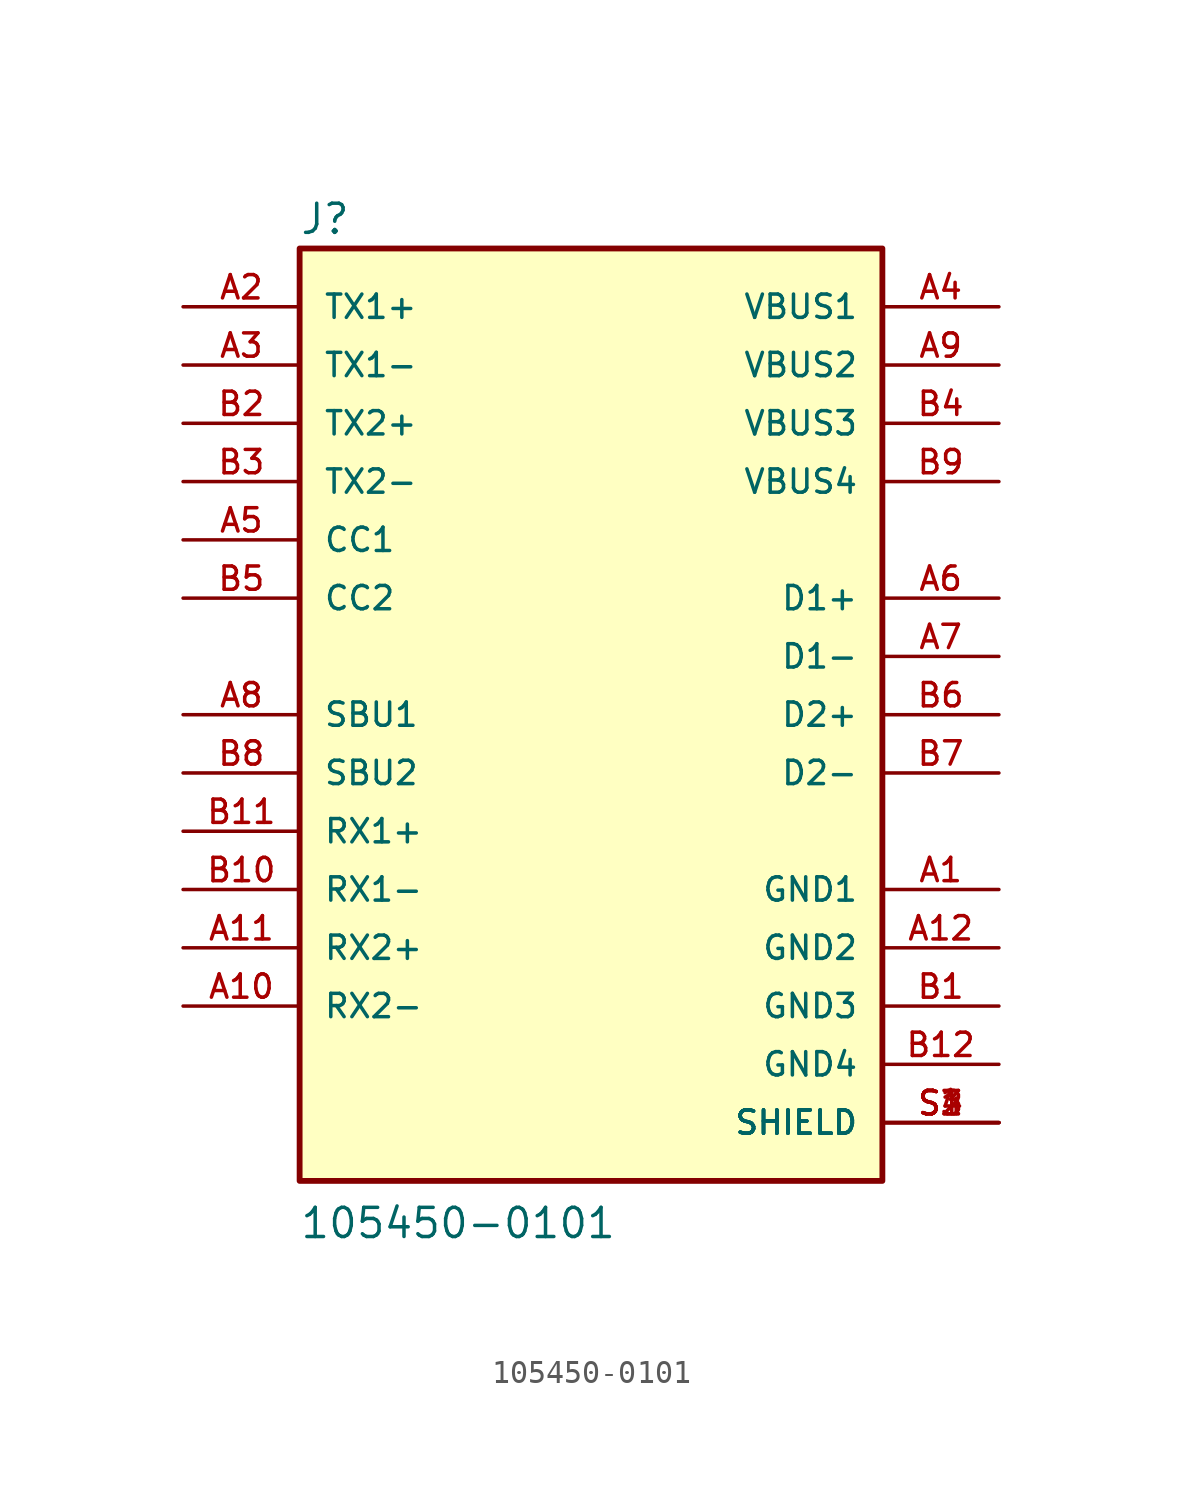
<source format=kicad_sym>
(kicad_symbol_lib
  (version 20211014)
  (generator kicad_symbol_editor)
  (symbol "105450-0101"
    (pin_names
      (offset 1.016))
    (property "Reference" "J"
      (at -12.721 20.86 0)
      (effects (font (size 1.27 1.27)) (justify bottom left)))
    (property "Value" "105450-0101"
      (at -12.726 -22.907 0)
      (effects (font (size 1.27 1.27)) (justify bottom left)))
    (symbol "105450-0101_0_0"
      (rectangle (start -12.7 -20.32) (end 12.7 20.32) (stroke (width 0.254)) (fill (type background)))
      (pin passive line (at 17.78 -7.62 180.0) (length 5.08) (name "GND1" (effects (font (size 1.016 1.016)))) (number "A1" (effects (font (size 1.016 1.016)))))
      (pin passive line (at -17.78 17.78 0) (length 5.08) (name "TX1+" (effects (font (size 1.016 1.016)))) (number "A2" (effects (font (size 1.016 1.016)))))
      (pin passive line (at -17.78 15.24 0) (length 5.08) (name "TX1-" (effects (font (size 1.016 1.016)))) (number "A3" (effects (font (size 1.016 1.016)))))
      (pin passive line (at 17.78 17.78 180.0) (length 5.08) (name "VBUS1" (effects (font (size 1.016 1.016)))) (number "A4" (effects (font (size 1.016 1.016)))))
      (pin passive line (at -17.78 7.62 0) (length 5.08) (name "CC1" (effects (font (size 1.016 1.016)))) (number "A5" (effects (font (size 1.016 1.016)))))
      (pin passive line (at 17.78 5.08 180.0) (length 5.08) (name "D1+" (effects (font (size 1.016 1.016)))) (number "A6" (effects (font (size 1.016 1.016)))))
      (pin passive line (at 17.78 2.54 180.0) (length 5.08) (name "D1-" (effects (font (size 1.016 1.016)))) (number "A7" (effects (font (size 1.016 1.016)))))
      (pin passive line (at -17.78 0.0 0) (length 5.08) (name "SBU1" (effects (font (size 1.016 1.016)))) (number "A8" (effects (font (size 1.016 1.016)))))
      (pin passive line (at -17.78 -12.7 0) (length 5.08) (name "RX2-" (effects (font (size 1.016 1.016)))) (number "A10" (effects (font (size 1.016 1.016)))))
      (pin passive line (at -17.78 -10.16 0) (length 5.08) (name "RX2+" (effects (font (size 1.016 1.016)))) (number "A11" (effects (font (size 1.016 1.016)))))
      (pin passive line (at 17.78 -10.16 180.0) (length 5.08) (name "GND2" (effects (font (size 1.016 1.016)))) (number "A12" (effects (font (size 1.016 1.016)))))
      (pin passive line (at 17.78 15.24 180.0) (length 5.08) (name "VBUS2" (effects (font (size 1.016 1.016)))) (number "A9" (effects (font (size 1.016 1.016)))))
      (pin passive line (at 17.78 -12.7 180.0) (length 5.08) (name "GND3" (effects (font (size 1.016 1.016)))) (number "B1" (effects (font (size 1.016 1.016)))))
      (pin passive line (at 17.78 -15.24 180.0) (length 5.08) (name "GND4" (effects (font (size 1.016 1.016)))) (number "B12" (effects (font (size 1.016 1.016)))))
      (pin passive line (at 17.78 12.7 180.0) (length 5.08) (name "VBUS3" (effects (font (size 1.016 1.016)))) (number "B4" (effects (font (size 1.016 1.016)))))
      (pin passive line (at 17.78 10.16 180.0) (length 5.08) (name "VBUS4" (effects (font (size 1.016 1.016)))) (number "B9" (effects (font (size 1.016 1.016)))))
      (pin passive line (at -17.78 -2.54 0) (length 5.08) (name "SBU2" (effects (font (size 1.016 1.016)))) (number "B8" (effects (font (size 1.016 1.016)))))
      (pin passive line (at -17.78 5.08 0) (length 5.08) (name "CC2" (effects (font (size 1.016 1.016)))) (number "B5" (effects (font (size 1.016 1.016)))))
      (pin passive line (at -17.78 12.7 0) (length 5.08) (name "TX2+" (effects (font (size 1.016 1.016)))) (number "B2" (effects (font (size 1.016 1.016)))))
      (pin passive line (at -17.78 10.16 0) (length 5.08) (name "TX2-" (effects (font (size 1.016 1.016)))) (number "B3" (effects (font (size 1.016 1.016)))))
      (pin passive line (at -17.78 -5.08 0) (length 5.08) (name "RX1+" (effects (font (size 1.016 1.016)))) (number "B11" (effects (font (size 1.016 1.016)))))
      (pin passive line (at -17.78 -7.62 0) (length 5.08) (name "RX1-" (effects (font (size 1.016 1.016)))) (number "B10" (effects (font (size 1.016 1.016)))))
      (pin passive line (at 17.78 0.0 180.0) (length 5.08) (name "D2+" (effects (font (size 1.016 1.016)))) (number "B6" (effects (font (size 1.016 1.016)))))
      (pin passive line (at 17.78 -2.54 180.0) (length 5.08) (name "D2-" (effects (font (size 1.016 1.016)))) (number "B7" (effects (font (size 1.016 1.016)))))
      (pin passive line (at 17.78 -17.78 180.0) (length 5.08) (name "SHIELD" (effects (font (size 1.016 1.016)))) (number "S1" (effects (font (size 1.016 1.016)))))
      (pin passive line (at 17.78 -17.78 180.0) (length 5.08) (name "SHIELD" (effects (font (size 1.016 1.016)))) (number "S2" (effects (font (size 1.016 1.016)))))
      (pin passive line (at 17.78 -17.78 180.0) (length 5.08) (name "SHIELD" (effects (font (size 1.016 1.016)))) (number "S3" (effects (font (size 1.016 1.016)))))
      (pin passive line (at 17.78 -17.78 180.0) (length 5.08) (name "SHIELD" (effects (font (size 1.016 1.016)))) (number "S4" (effects (font (size 1.016 1.016))))))))
</source>
